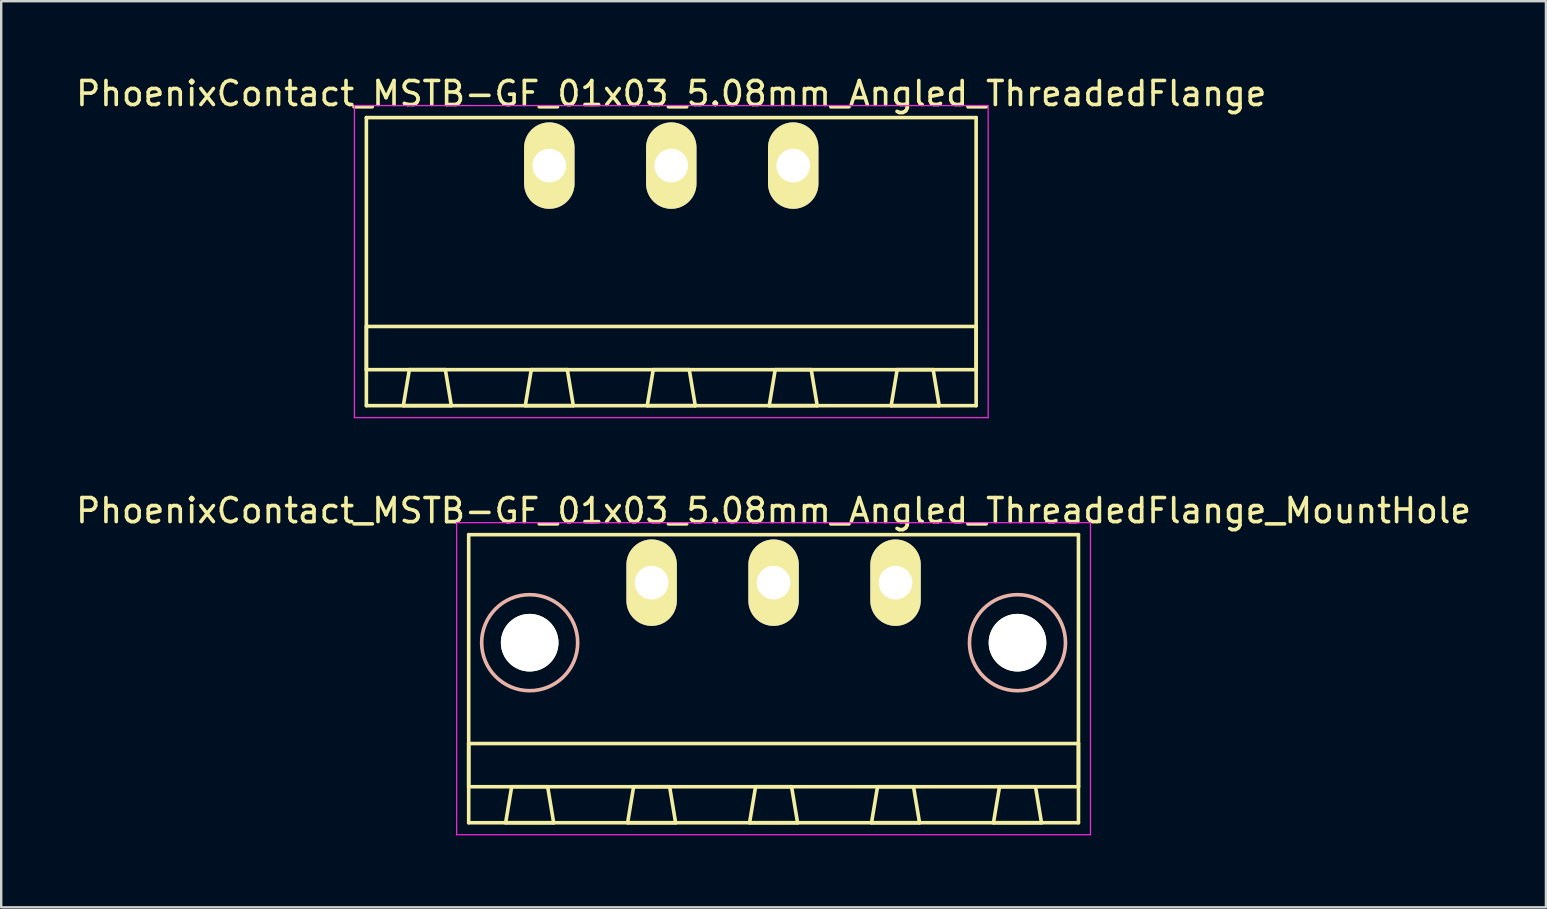
<source format=kicad_pcb>
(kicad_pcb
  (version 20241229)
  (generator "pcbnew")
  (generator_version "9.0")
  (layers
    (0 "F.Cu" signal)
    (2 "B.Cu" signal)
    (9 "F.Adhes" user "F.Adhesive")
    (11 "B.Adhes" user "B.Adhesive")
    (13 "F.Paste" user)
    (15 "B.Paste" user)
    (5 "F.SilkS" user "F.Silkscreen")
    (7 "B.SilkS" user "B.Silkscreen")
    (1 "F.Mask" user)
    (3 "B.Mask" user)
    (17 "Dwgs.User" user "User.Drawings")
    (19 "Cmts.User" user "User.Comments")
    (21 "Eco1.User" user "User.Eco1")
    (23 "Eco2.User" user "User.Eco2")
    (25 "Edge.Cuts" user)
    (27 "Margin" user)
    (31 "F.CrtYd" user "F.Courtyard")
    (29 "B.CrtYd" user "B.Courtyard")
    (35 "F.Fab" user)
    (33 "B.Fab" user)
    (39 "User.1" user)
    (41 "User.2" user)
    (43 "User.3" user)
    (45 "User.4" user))
  (footprint "PhoenixContact_MSTB-GF_01x03_5.08mm_Angled_ThreadedFlange"
    (layer "F.Cu")
    (at 19.831 3.848)
    (property "Reference" "PhoenixContact_MSTB-GF_01x03_5.08mm_Angled_ThreadedFlange" (at 5.08 -3 0) (layer "F.SilkS") (effects (font (size 1 1) (thickness 0.15))))
    (attr through_hole)
    (fp_line (start -7.62 -2) (end -7.62 10) (stroke (width 0.15) (type solid)) (layer "F.SilkS"))
    (fp_line (start -7.62 6.7) (end 17.78 6.7) (stroke (width 0.15) (type solid)) (layer "F.SilkS"))
    (fp_line (start -7.62 8.5) (end -7.62 6.7) (stroke (width 0.15) (type solid)) (layer "F.SilkS"))
    (fp_line (start -7.62 10) (end 17.78 10) (stroke (width 0.15) (type solid)) (layer "F.SilkS"))
    (fp_line (start -6.08 10) (end -4.08 10) (stroke (width 0.15) (type solid)) (layer "F.SilkS"))
    (fp_line (start -5.83 8.5) (end -6.08 10) (stroke (width 0.15) (type solid)) (layer "F.SilkS"))
    (fp_line (start -4.33 8.5) (end -5.83 8.5) (stroke (width 0.15) (type solid)) (layer "F.SilkS"))
    (fp_line (start -4.08 10) (end -4.33 8.5) (stroke (width 0.15) (type solid)) (layer "F.SilkS"))
    (fp_line (start -1 10) (end 1 10) (stroke (width 0.15) (type solid)) (layer "F.SilkS"))
    (fp_line (start -0.75 8.5) (end -1 10) (stroke (width 0.15) (type solid)) (layer "F.SilkS"))
    (fp_line (start 0.75 8.5) (end -0.75 8.5) (stroke (width 0.15) (type solid)) (layer "F.SilkS"))
    (fp_line (start 1 10) (end 0.75 8.5) (stroke (width 0.15) (type solid)) (layer "F.SilkS"))
    (fp_line (start 4.08 10) (end 6.08 10) (stroke (width 0.15) (type solid)) (layer "F.SilkS"))
    (fp_line (start 4.33 8.5) (end 4.08 10) (stroke (width 0.15) (type solid)) (layer "F.SilkS"))
    (fp_line (start 5.83 8.5) (end 4.33 8.5) (stroke (width 0.15) (type solid)) (layer "F.SilkS"))
    (fp_line (start 6.08 10) (end 5.83 8.5) (stroke (width 0.15) (type solid)) (layer "F.SilkS"))
    (fp_line (start 9.16 10) (end 11.16 10) (stroke (width 0.15) (type solid)) (layer "F.SilkS"))
    (fp_line (start 9.41 8.5) (end 9.16 10) (stroke (width 0.15) (type solid)) (layer "F.SilkS"))
    (fp_line (start 10.91 8.5) (end 9.41 8.5) (stroke (width 0.15) (type solid)) (layer "F.SilkS"))
    (fp_line (start 11.16 10) (end 10.91 8.5) (stroke (width 0.15) (type solid)) (layer "F.SilkS"))
    (fp_line (start 14.24 10) (end 16.24 10) (stroke (width 0.15) (type solid)) (layer "F.SilkS"))
    (fp_line (start 14.49 8.5) (end 14.24 10) (stroke (width 0.15) (type solid)) (layer "F.SilkS"))
    (fp_line (start 15.99 8.5) (end 14.49 8.5) (stroke (width 0.15) (type solid)) (layer "F.SilkS"))
    (fp_line (start 16.24 10) (end 15.99 8.5) (stroke (width 0.15) (type solid)) (layer "F.SilkS"))
    (fp_line (start 17.78 -2) (end -7.62 -2) (stroke (width 0.15) (type solid)) (layer "F.SilkS"))
    (fp_line (start 17.78 6.7) (end 17.78 8.5) (stroke (width 0.15) (type solid)) (layer "F.SilkS"))
    (fp_line (start 17.78 8.5) (end -7.62 8.5) (stroke (width 0.15) (type solid)) (layer "F.SilkS"))
    (fp_line (start 17.78 10) (end 17.78 -2) (stroke (width 0.15) (type solid)) (layer "F.SilkS"))
    (fp_line (start -8.12 -2.5) (end -8.12 10.5) (stroke (width 0.05) (type solid)) (layer "F.CrtYd"))
    (fp_line (start -8.12 10.5) (end 18.28 10.5) (stroke (width 0.05) (type solid)) (layer "F.CrtYd"))
    (fp_line (start 18.28 -2.5) (end -8.12 -2.5) (stroke (width 0.05) (type solid)) (layer "F.CrtYd"))
    (fp_line (start 18.28 10.5) (end 18.28 -2.5) (stroke (width 0.05) (type solid)) (layer "F.CrtYd"))
    (pad "1" thru_hole oval (at 0 0) (size 2.1 3.6) (drill 1.4) (layers "*.Cu" "*.Mask" "F.SilkS"))
    (pad "2" thru_hole oval (at 5.08 0) (size 2.1 3.6) (drill 1.4) (layers "*.Cu" "*.Mask" "F.SilkS"))
    (pad "3" thru_hole oval (at 10.16 0) (size 2.1 3.6) (drill 1.4) (layers "*.Cu" "*.Mask" "F.SilkS")))
  (footprint "PhoenixContact_MSTB-GF_01x03_5.08mm_Angled_ThreadedFlange_MountHole"
    (layer "F.Cu")
    (at 24.093 21.221)
    (property "Reference" "PhoenixContact_MSTB-GF_01x03_5.08mm_Angled_ThreadedFlange_MountHole" (at 5.08 -3 0) (layer "F.SilkS") (effects (font (size 1 1) (thickness 0.15))))
    (attr through_hole)
    (fp_line (start -7.62 -2) (end -7.62 10) (stroke (width 0.15) (type solid)) (layer "F.SilkS"))
    (fp_line (start -7.62 6.7) (end 17.78 6.7) (stroke (width 0.15) (type solid)) (layer "F.SilkS"))
    (fp_line (start -7.62 8.5) (end -7.62 6.7) (stroke (width 0.15) (type solid)) (layer "F.SilkS"))
    (fp_line (start -7.62 10) (end 17.78 10) (stroke (width 0.15) (type solid)) (layer "F.SilkS"))
    (fp_line (start -6.08 10) (end -4.08 10) (stroke (width 0.15) (type solid)) (layer "F.SilkS"))
    (fp_line (start -5.83 8.5) (end -6.08 10) (stroke (width 0.15) (type solid)) (layer "F.SilkS"))
    (fp_line (start -4.33 8.5) (end -5.83 8.5) (stroke (width 0.15) (type solid)) (layer "F.SilkS"))
    (fp_line (start -4.08 10) (end -4.33 8.5) (stroke (width 0.15) (type solid)) (layer "F.SilkS"))
    (fp_line (start -1 10) (end 1 10) (stroke (width 0.15) (type solid)) (layer "F.SilkS"))
    (fp_line (start -0.75 8.5) (end -1 10) (stroke (width 0.15) (type solid)) (layer "F.SilkS"))
    (fp_line (start 0.75 8.5) (end -0.75 8.5) (stroke (width 0.15) (type solid)) (layer "F.SilkS"))
    (fp_line (start 1 10) (end 0.75 8.5) (stroke (width 0.15) (type solid)) (layer "F.SilkS"))
    (fp_line (start 4.08 10) (end 6.08 10) (stroke (width 0.15) (type solid)) (layer "F.SilkS"))
    (fp_line (start 4.33 8.5) (end 4.08 10) (stroke (width 0.15) (type solid)) (layer "F.SilkS"))
    (fp_line (start 5.83 8.5) (end 4.33 8.5) (stroke (width 0.15) (type solid)) (layer "F.SilkS"))
    (fp_line (start 6.08 10) (end 5.83 8.5) (stroke (width 0.15) (type solid)) (layer "F.SilkS"))
    (fp_line (start 9.16 10) (end 11.16 10) (stroke (width 0.15) (type solid)) (layer "F.SilkS"))
    (fp_line (start 9.41 8.5) (end 9.16 10) (stroke (width 0.15) (type solid)) (layer "F.SilkS"))
    (fp_line (start 10.91 8.5) (end 9.41 8.5) (stroke (width 0.15) (type solid)) (layer "F.SilkS"))
    (fp_line (start 11.16 10) (end 10.91 8.5) (stroke (width 0.15) (type solid)) (layer "F.SilkS"))
    (fp_line (start 14.24 10) (end 16.24 10) (stroke (width 0.15) (type solid)) (layer "F.SilkS"))
    (fp_line (start 14.49 8.5) (end 14.24 10) (stroke (width 0.15) (type solid)) (layer "F.SilkS"))
    (fp_line (start 15.99 8.5) (end 14.49 8.5) (stroke (width 0.15) (type solid)) (layer "F.SilkS"))
    (fp_line (start 16.24 10) (end 15.99 8.5) (stroke (width 0.15) (type solid)) (layer "F.SilkS"))
    (fp_line (start 17.78 -2) (end -7.62 -2) (stroke (width 0.15) (type solid)) (layer "F.SilkS"))
    (fp_line (start 17.78 6.7) (end 17.78 8.5) (stroke (width 0.15) (type solid)) (layer "F.SilkS"))
    (fp_line (start 17.78 8.5) (end -7.62 8.5) (stroke (width 0.15) (type solid)) (layer "F.SilkS"))
    (fp_line (start 17.78 10) (end 17.78 -2) (stroke (width 0.15) (type solid)) (layer "F.SilkS"))
    (fp_circle (center -5.08 2.5) (end -3.08 2.5) (stroke (width 0.15) (type solid)) (fill no) (layer "B.SilkS"))
    (fp_circle (center 15.24 2.5) (end 17.24 2.5) (stroke (width 0.15) (type solid)) (fill no) (layer "B.SilkS"))
    (fp_line (start -8.12 -2.5) (end -8.12 10.5) (stroke (width 0.05) (type solid)) (layer "F.CrtYd"))
    (fp_line (start -8.12 10.5) (end 18.28 10.5) (stroke (width 0.05) (type solid)) (layer "F.CrtYd"))
    (fp_line (start 18.28 -2.5) (end -8.12 -2.5) (stroke (width 0.05) (type solid)) (layer "F.CrtYd"))
    (fp_line (start 18.28 10.5) (end 18.28 -2.5) (stroke (width 0.05) (type solid)) (layer "F.CrtYd"))
    (pad "" np_thru_hole circle (at -5.08 2.5) (size 2.4 2.4) (drill 2.4) (layers "*.Cu" "*.Mask" "F.SilkS"))
    (pad "" np_thru_hole circle (at 15.24 2.5) (size 2.4 2.4) (drill 2.4) (layers "*.Cu" "*.Mask" "F.SilkS"))
    (pad "1" thru_hole oval (at 0 0) (size 2.1 3.6) (drill 1.4) (layers "*.Cu" "*.Mask" "F.SilkS"))
    (pad "2" thru_hole oval (at 5.08 0) (size 2.1 3.6) (drill 1.4) (layers "*.Cu" "*.Mask" "F.SilkS"))
    (pad "3" thru_hole oval (at 10.16 0) (size 2.1 3.6) (drill 1.4) (layers "*.Cu" "*.Mask" "F.SilkS")))
  (gr_rect
    (start -3 -3)
    (end 61.345 34.746)
    (stroke (width 0.1) (type default))
    (fill no)
    (layer "Edge.Cuts")))
</source>
